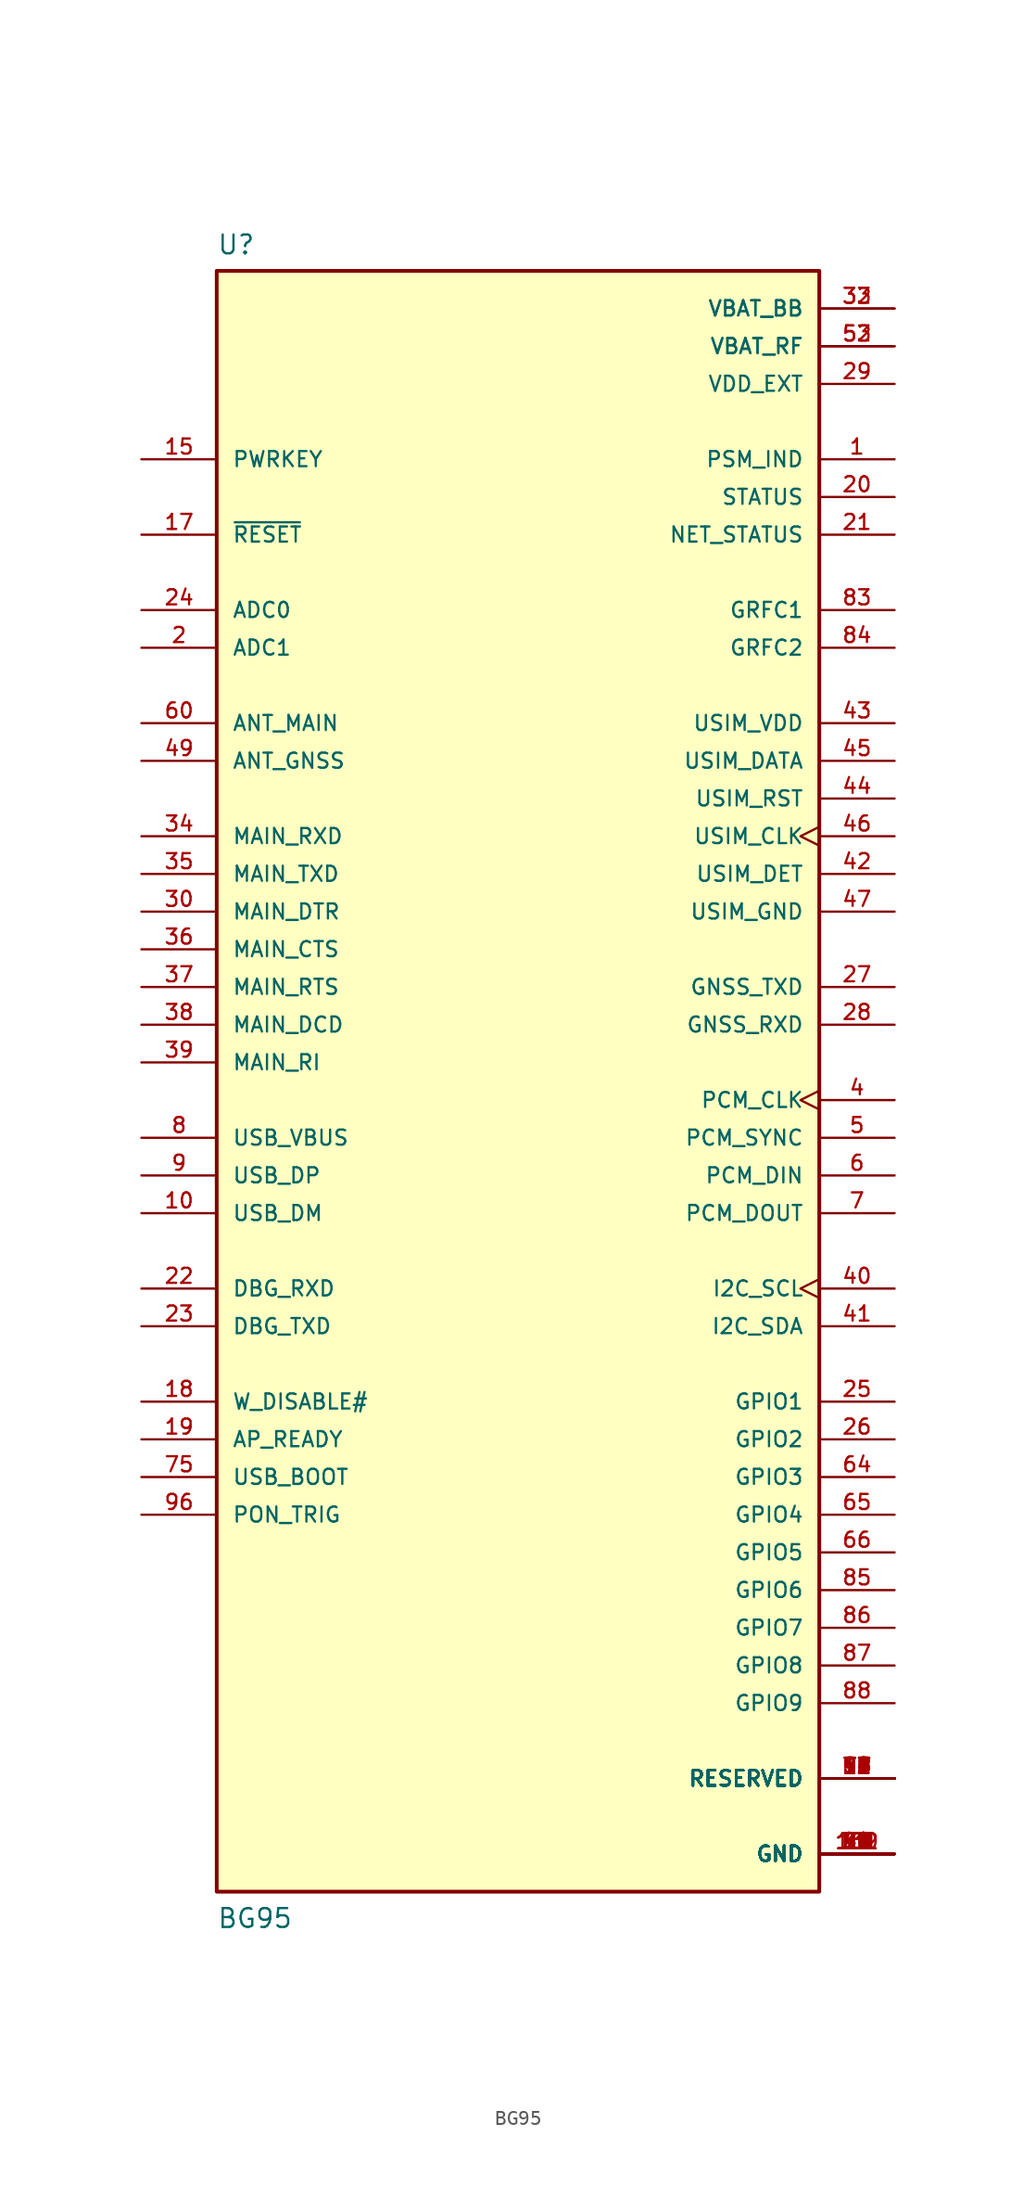
<source format=kicad_sym>
(kicad_symbol_lib
  (version 20211014)
  (generator kicad_symbol_editor)
  (symbol "BG95"
    (pin_names
      (offset 1.016))
    (property "Reference" "U"
      (at -20.32 54.356 0)
      (effects (font (size 1.27 1.27)) (justify left bottom)))
    (property "Value" "BG95"
      (at -20.32 -58.42 0)
      (effects (font (size 1.27 1.27)) (justify left bottom)))
    (property "ki_locked" ""
      (at 0 0 0)
      (effects (font (size 1.27 1.27))))
    (symbol "BG95_0_0"
      (rectangle (start -20.32 -55.88) (end 20.32 53.34) (stroke (width 0.254) (type default) (color 0 0 0 0)) (fill (type background)))
      (pin output line (at 25.4 40.64 180) (length 5.08) (name "PSM_IND" (effects (font (size 1.016 1.016)))) (number "1" (effects (font (size 1.016 1.016)))))
      (pin bidirectional line (at -25.4 -10.16 0) (length 5.08) (name "USB_DM" (effects (font (size 1.016 1.016)))) (number "10" (effects (font (size 1.016 1.016)))))
      (pin power_in line (at 25.4 -53.34 180) (length 5.08) (name "GND" (effects (font (size 1.016 1.016)))) (number "100" (effects (font (size 1.016 1.016)))))
      (pin power_in line (at 25.4 -53.34 180) (length 5.08) (name "GND" (effects (font (size 1.016 1.016)))) (number "101" (effects (font (size 1.016 1.016)))))
      (pin power_in line (at 25.4 -53.34 180) (length 5.08) (name "GND" (effects (font (size 1.016 1.016)))) (number "102" (effects (font (size 1.016 1.016)))))
      (pin passive line (at 25.4 -48.26 180) (length 5.08) (name "RESERVED" (effects (font (size 1.016 1.016)))) (number "11" (effects (font (size 1.016 1.016)))))
      (pin passive line (at 25.4 -48.26 180) (length 5.08) (name "RESERVED" (effects (font (size 1.016 1.016)))) (number "12" (effects (font (size 1.016 1.016)))))
      (pin passive line (at 25.4 -48.26 180) (length 5.08) (name "RESERVED" (effects (font (size 1.016 1.016)))) (number "13" (effects (font (size 1.016 1.016)))))
      (pin passive line (at 25.4 -48.26 180) (length 5.08) (name "RESERVED" (effects (font (size 1.016 1.016)))) (number "14" (effects (font (size 1.016 1.016)))))
      (pin input line (at -25.4 40.64 0) (length 5.08) (name "PWRKEY" (effects (font (size 1.016 1.016)))) (number "15" (effects (font (size 1.016 1.016)))))
      (pin passive line (at 25.4 -48.26 180) (length 5.08) (name "RESERVED" (effects (font (size 1.016 1.016)))) (number "16" (effects (font (size 1.016 1.016)))))
      (pin input line (at -25.4 35.56 0) (length 5.08) (name "~{RESET}" (effects (font (size 1.016 1.016)))) (number "17" (effects (font (size 1.016 1.016)))))
      (pin input line (at -25.4 -22.86 0) (length 5.08) (name "W_DISABLE#" (effects (font (size 1.016 1.016)))) (number "18" (effects (font (size 1.016 1.016)))))
      (pin input line (at -25.4 -25.4 0) (length 5.08) (name "AP_READY" (effects (font (size 1.016 1.016)))) (number "19" (effects (font (size 1.016 1.016)))))
      (pin input line (at -25.4 27.94 0) (length 5.08) (name "ADC1" (effects (font (size 1.016 1.016)))) (number "2" (effects (font (size 1.016 1.016)))))
      (pin output line (at 25.4 38.1 180) (length 5.08) (name "STATUS" (effects (font (size 1.016 1.016)))) (number "20" (effects (font (size 1.016 1.016)))))
      (pin output line (at 25.4 35.56 180) (length 5.08) (name "NET_STATUS" (effects (font (size 1.016 1.016)))) (number "21" (effects (font (size 1.016 1.016)))))
      (pin input line (at -25.4 -15.24 0) (length 5.08) (name "DBG_RXD" (effects (font (size 1.016 1.016)))) (number "22" (effects (font (size 1.016 1.016)))))
      (pin output line (at -25.4 -17.78 0) (length 5.08) (name "DBG_TXD" (effects (font (size 1.016 1.016)))) (number "23" (effects (font (size 1.016 1.016)))))
      (pin input line (at -25.4 30.48 0) (length 5.08) (name "ADC0" (effects (font (size 1.016 1.016)))) (number "24" (effects (font (size 1.016 1.016)))))
      (pin bidirectional line (at 25.4 -22.86 180) (length 5.08) (name "GPIO1" (effects (font (size 1.016 1.016)))) (number "25" (effects (font (size 1.016 1.016)))))
      (pin bidirectional line (at 25.4 -25.4 180) (length 5.08) (name "GPIO2" (effects (font (size 1.016 1.016)))) (number "26" (effects (font (size 1.016 1.016)))))
      (pin output line (at 25.4 5.08 180) (length 5.08) (name "GNSS_TXD" (effects (font (size 1.016 1.016)))) (number "27" (effects (font (size 1.016 1.016)))))
      (pin input line (at 25.4 2.54 180) (length 5.08) (name "GNSS_RXD" (effects (font (size 1.016 1.016)))) (number "28" (effects (font (size 1.016 1.016)))))
      (pin power_in line (at 25.4 45.72 180) (length 5.08) (name "VDD_EXT" (effects (font (size 1.016 1.016)))) (number "29" (effects (font (size 1.016 1.016)))))
      (pin power_in line (at 25.4 -53.34 180) (length 5.08) (name "GND" (effects (font (size 1.016 1.016)))) (number "3" (effects (font (size 1.016 1.016)))))
      (pin input line (at -25.4 10.16 0) (length 5.08) (name "MAIN_DTR" (effects (font (size 1.016 1.016)))) (number "30" (effects (font (size 1.016 1.016)))))
      (pin power_in line (at 25.4 -53.34 180) (length 5.08) (name "GND" (effects (font (size 1.016 1.016)))) (number "31" (effects (font (size 1.016 1.016)))))
      (pin power_in line (at 25.4 50.8 180) (length 5.08) (name "VBAT_BB" (effects (font (size 1.016 1.016)))) (number "32" (effects (font (size 1.016 1.016)))))
      (pin power_in line (at 25.4 50.8 180) (length 5.08) (name "VBAT_BB" (effects (font (size 1.016 1.016)))) (number "33" (effects (font (size 1.016 1.016)))))
      (pin input line (at -25.4 15.24 0) (length 5.08) (name "MAIN_RXD" (effects (font (size 1.016 1.016)))) (number "34" (effects (font (size 1.016 1.016)))))
      (pin output line (at -25.4 12.7 0) (length 5.08) (name "MAIN_TXD" (effects (font (size 1.016 1.016)))) (number "35" (effects (font (size 1.016 1.016)))))
      (pin output line (at -25.4 7.62 0) (length 5.08) (name "MAIN_CTS" (effects (font (size 1.016 1.016)))) (number "36" (effects (font (size 1.016 1.016)))))
      (pin input line (at -25.4 5.08 0) (length 5.08) (name "MAIN_RTS" (effects (font (size 1.016 1.016)))) (number "37" (effects (font (size 1.016 1.016)))))
      (pin output line (at -25.4 2.54 0) (length 5.08) (name "MAIN_DCD" (effects (font (size 1.016 1.016)))) (number "38" (effects (font (size 1.016 1.016)))))
      (pin output line (at -25.4 0 0) (length 5.08) (name "MAIN_RI" (effects (font (size 1.016 1.016)))) (number "39" (effects (font (size 1.016 1.016)))))
      (pin output clock (at 25.4 -2.54 180) (length 5.08) (name "PCM_CLK" (effects (font (size 1.016 1.016)))) (number "4" (effects (font (size 1.016 1.016)))))
      (pin output clock (at 25.4 -15.24 180) (length 5.08) (name "I2C_SCL" (effects (font (size 1.016 1.016)))) (number "40" (effects (font (size 1.016 1.016)))))
      (pin bidirectional line (at 25.4 -17.78 180) (length 5.08) (name "I2C_SDA" (effects (font (size 1.016 1.016)))) (number "41" (effects (font (size 1.016 1.016)))))
      (pin input line (at 25.4 12.7 180) (length 5.08) (name "USIM_DET" (effects (font (size 1.016 1.016)))) (number "42" (effects (font (size 1.016 1.016)))))
      (pin power_in line (at 25.4 22.86 180) (length 5.08) (name "USIM_VDD" (effects (font (size 1.016 1.016)))) (number "43" (effects (font (size 1.016 1.016)))))
      (pin output line (at 25.4 17.78 180) (length 5.08) (name "USIM_RST" (effects (font (size 1.016 1.016)))) (number "44" (effects (font (size 1.016 1.016)))))
      (pin bidirectional line (at 25.4 20.32 180) (length 5.08) (name "USIM_DATA" (effects (font (size 1.016 1.016)))) (number "45" (effects (font (size 1.016 1.016)))))
      (pin output clock (at 25.4 15.24 180) (length 5.08) (name "USIM_CLK" (effects (font (size 1.016 1.016)))) (number "46" (effects (font (size 1.016 1.016)))))
      (pin power_in line (at 25.4 10.16 180) (length 5.08) (name "USIM_GND" (effects (font (size 1.016 1.016)))) (number "47" (effects (font (size 1.016 1.016)))))
      (pin power_in line (at 25.4 -53.34 180) (length 5.08) (name "GND" (effects (font (size 1.016 1.016)))) (number "48" (effects (font (size 1.016 1.016)))))
      (pin input line (at -25.4 20.32 0) (length 5.08) (name "ANT_GNSS" (effects (font (size 1.016 1.016)))) (number "49" (effects (font (size 1.016 1.016)))))
      (pin output line (at 25.4 -5.08 180) (length 5.08) (name "PCM_SYNC" (effects (font (size 1.016 1.016)))) (number "5" (effects (font (size 1.016 1.016)))))
      (pin power_in line (at 25.4 -53.34 180) (length 5.08) (name "GND" (effects (font (size 1.016 1.016)))) (number "50" (effects (font (size 1.016 1.016)))))
      (pin passive line (at 25.4 -48.26 180) (length 5.08) (name "RESERVED" (effects (font (size 1.016 1.016)))) (number "51" (effects (font (size 1.016 1.016)))))
      (pin power_in line (at 25.4 48.26 180) (length 5.08) (name "VBAT_RF" (effects (font (size 1.016 1.016)))) (number "52" (effects (font (size 1.016 1.016)))))
      (pin power_in line (at 25.4 48.26 180) (length 5.08) (name "VBAT_RF" (effects (font (size 1.016 1.016)))) (number "53" (effects (font (size 1.016 1.016)))))
      (pin power_in line (at 25.4 -53.34 180) (length 5.08) (name "GND" (effects (font (size 1.016 1.016)))) (number "54" (effects (font (size 1.016 1.016)))))
      (pin power_in line (at 25.4 -53.34 180) (length 5.08) (name "GND" (effects (font (size 1.016 1.016)))) (number "55" (effects (font (size 1.016 1.016)))))
      (pin passive line (at 25.4 -48.26 180) (length 5.08) (name "RESERVED" (effects (font (size 1.016 1.016)))) (number "56" (effects (font (size 1.016 1.016)))))
      (pin passive line (at 25.4 -48.26 180) (length 5.08) (name "RESERVED" (effects (font (size 1.016 1.016)))) (number "57" (effects (font (size 1.016 1.016)))))
      (pin power_in line (at 25.4 -53.34 180) (length 5.08) (name "GND" (effects (font (size 1.016 1.016)))) (number "58" (effects (font (size 1.016 1.016)))))
      (pin power_in line (at 25.4 -53.34 180) (length 5.08) (name "GND" (effects (font (size 1.016 1.016)))) (number "59" (effects (font (size 1.016 1.016)))))
      (pin input line (at 25.4 -7.62 180) (length 5.08) (name "PCM_DIN" (effects (font (size 1.016 1.016)))) (number "6" (effects (font (size 1.016 1.016)))))
      (pin bidirectional line (at -25.4 22.86 0) (length 5.08) (name "ANT_MAIN" (effects (font (size 1.016 1.016)))) (number "60" (effects (font (size 1.016 1.016)))))
      (pin power_in line (at 25.4 -53.34 180) (length 5.08) (name "GND" (effects (font (size 1.016 1.016)))) (number "61" (effects (font (size 1.016 1.016)))))
      (pin power_in line (at 25.4 -53.34 180) (length 5.08) (name "GND" (effects (font (size 1.016 1.016)))) (number "62" (effects (font (size 1.016 1.016)))))
      (pin passive line (at 25.4 -48.26 180) (length 5.08) (name "RESERVED" (effects (font (size 1.016 1.016)))) (number "63" (effects (font (size 1.016 1.016)))))
      (pin bidirectional line (at 25.4 -27.94 180) (length 5.08) (name "GPIO3" (effects (font (size 1.016 1.016)))) (number "64" (effects (font (size 1.016 1.016)))))
      (pin bidirectional line (at 25.4 -30.48 180) (length 5.08) (name "GPIO4" (effects (font (size 1.016 1.016)))) (number "65" (effects (font (size 1.016 1.016)))))
      (pin bidirectional line (at 25.4 -33.02 180) (length 5.08) (name "GPIO5" (effects (font (size 1.016 1.016)))) (number "66" (effects (font (size 1.016 1.016)))))
      (pin power_in line (at 25.4 -53.34 180) (length 5.08) (name "GND" (effects (font (size 1.016 1.016)))) (number "67" (effects (font (size 1.016 1.016)))))
      (pin power_in line (at 25.4 -53.34 180) (length 5.08) (name "GND" (effects (font (size 1.016 1.016)))) (number "68" (effects (font (size 1.016 1.016)))))
      (pin power_in line (at 25.4 -53.34 180) (length 5.08) (name "GND" (effects (font (size 1.016 1.016)))) (number "69" (effects (font (size 1.016 1.016)))))
      (pin output line (at 25.4 -10.16 180) (length 5.08) (name "PCM_DOUT" (effects (font (size 1.016 1.016)))) (number "7" (effects (font (size 1.016 1.016)))))
      (pin power_in line (at 25.4 -53.34 180) (length 5.08) (name "GND" (effects (font (size 1.016 1.016)))) (number "70" (effects (font (size 1.016 1.016)))))
      (pin power_in line (at 25.4 -53.34 180) (length 5.08) (name "GND" (effects (font (size 1.016 1.016)))) (number "71" (effects (font (size 1.016 1.016)))))
      (pin power_in line (at 25.4 -53.34 180) (length 5.08) (name "GND" (effects (font (size 1.016 1.016)))) (number "72" (effects (font (size 1.016 1.016)))))
      (pin power_in line (at 25.4 -53.34 180) (length 5.08) (name "GND" (effects (font (size 1.016 1.016)))) (number "73" (effects (font (size 1.016 1.016)))))
      (pin power_in line (at 25.4 -53.34 180) (length 5.08) (name "GND" (effects (font (size 1.016 1.016)))) (number "74" (effects (font (size 1.016 1.016)))))
      (pin input line (at -25.4 -27.94 0) (length 5.08) (name "USB_BOOT" (effects (font (size 1.016 1.016)))) (number "75" (effects (font (size 1.016 1.016)))))
      (pin passive line (at 25.4 -48.26 180) (length 5.08) (name "RESERVED" (effects (font (size 1.016 1.016)))) (number "76" (effects (font (size 1.016 1.016)))))
      (pin passive line (at 25.4 -48.26 180) (length 5.08) (name "RESERVED" (effects (font (size 1.016 1.016)))) (number "77" (effects (font (size 1.016 1.016)))))
      (pin passive line (at 25.4 -48.26 180) (length 5.08) (name "RESERVED" (effects (font (size 1.016 1.016)))) (number "78" (effects (font (size 1.016 1.016)))))
      (pin power_in line (at 25.4 -53.34 180) (length 5.08) (name "GND" (effects (font (size 1.016 1.016)))) (number "79" (effects (font (size 1.016 1.016)))))
      (pin input line (at -25.4 -5.08 0) (length 5.08) (name "USB_VBUS" (effects (font (size 1.016 1.016)))) (number "8" (effects (font (size 1.016 1.016)))))
      (pin power_in line (at 25.4 -53.34 180) (length 5.08) (name "GND" (effects (font (size 1.016 1.016)))) (number "80" (effects (font (size 1.016 1.016)))))
      (pin power_in line (at 25.4 -53.34 180) (length 5.08) (name "GND" (effects (font (size 1.016 1.016)))) (number "81" (effects (font (size 1.016 1.016)))))
      (pin power_in line (at 25.4 -53.34 180) (length 5.08) (name "GND" (effects (font (size 1.016 1.016)))) (number "82" (effects (font (size 1.016 1.016)))))
      (pin output line (at 25.4 30.48 180) (length 5.08) (name "GRFC1" (effects (font (size 1.016 1.016)))) (number "83" (effects (font (size 1.016 1.016)))))
      (pin output line (at 25.4 27.94 180) (length 5.08) (name "GRFC2" (effects (font (size 1.016 1.016)))) (number "84" (effects (font (size 1.016 1.016)))))
      (pin bidirectional line (at 25.4 -35.56 180) (length 5.08) (name "GPIO6" (effects (font (size 1.016 1.016)))) (number "85" (effects (font (size 1.016 1.016)))))
      (pin bidirectional line (at 25.4 -38.1 180) (length 5.08) (name "GPIO7" (effects (font (size 1.016 1.016)))) (number "86" (effects (font (size 1.016 1.016)))))
      (pin bidirectional line (at 25.4 -40.64 180) (length 5.08) (name "GPIO8" (effects (font (size 1.016 1.016)))) (number "87" (effects (font (size 1.016 1.016)))))
      (pin bidirectional line (at 25.4 -43.18 180) (length 5.08) (name "GPIO9" (effects (font (size 1.016 1.016)))) (number "88" (effects (font (size 1.016 1.016)))))
      (pin power_in line (at 25.4 -53.34 180) (length 5.08) (name "GND" (effects (font (size 1.016 1.016)))) (number "89" (effects (font (size 1.016 1.016)))))
      (pin bidirectional line (at -25.4 -7.62 0) (length 5.08) (name "USB_DP" (effects (font (size 1.016 1.016)))) (number "9" (effects (font (size 1.016 1.016)))))
      (pin power_in line (at 25.4 -53.34 180) (length 5.08) (name "GND" (effects (font (size 1.016 1.016)))) (number "90" (effects (font (size 1.016 1.016)))))
      (pin power_in line (at 25.4 -53.34 180) (length 5.08) (name "GND" (effects (font (size 1.016 1.016)))) (number "91" (effects (font (size 1.016 1.016)))))
      (pin passive line (at 25.4 -48.26 180) (length 5.08) (name "RESERVED" (effects (font (size 1.016 1.016)))) (number "92" (effects (font (size 1.016 1.016)))))
      (pin passive line (at 25.4 -48.26 180) (length 5.08) (name "RESERVED" (effects (font (size 1.016 1.016)))) (number "93" (effects (font (size 1.016 1.016)))))
      (pin passive line (at 25.4 -48.26 180) (length 5.08) (name "RESERVED" (effects (font (size 1.016 1.016)))) (number "94" (effects (font (size 1.016 1.016)))))
      (pin passive line (at 25.4 -48.26 180) (length 5.08) (name "RESERVED" (effects (font (size 1.016 1.016)))) (number "95" (effects (font (size 1.016 1.016)))))
      (pin input line (at -25.4 -30.48 0) (length 5.08) (name "PON_TRIG" (effects (font (size 1.016 1.016)))) (number "96" (effects (font (size 1.016 1.016)))))
      (pin passive line (at 25.4 -48.26 180) (length 5.08) (name "RESERVED" (effects (font (size 1.016 1.016)))) (number "97" (effects (font (size 1.016 1.016)))))
      (pin passive line (at 25.4 -48.26 180) (length 5.08) (name "RESERVED" (effects (font (size 1.016 1.016)))) (number "98" (effects (font (size 1.016 1.016)))))
      (pin passive line (at 25.4 -48.26 180) (length 5.08) (name "RESERVED" (effects (font (size 1.016 1.016)))) (number "99" (effects (font (size 1.016 1.016))))))))
</source>
